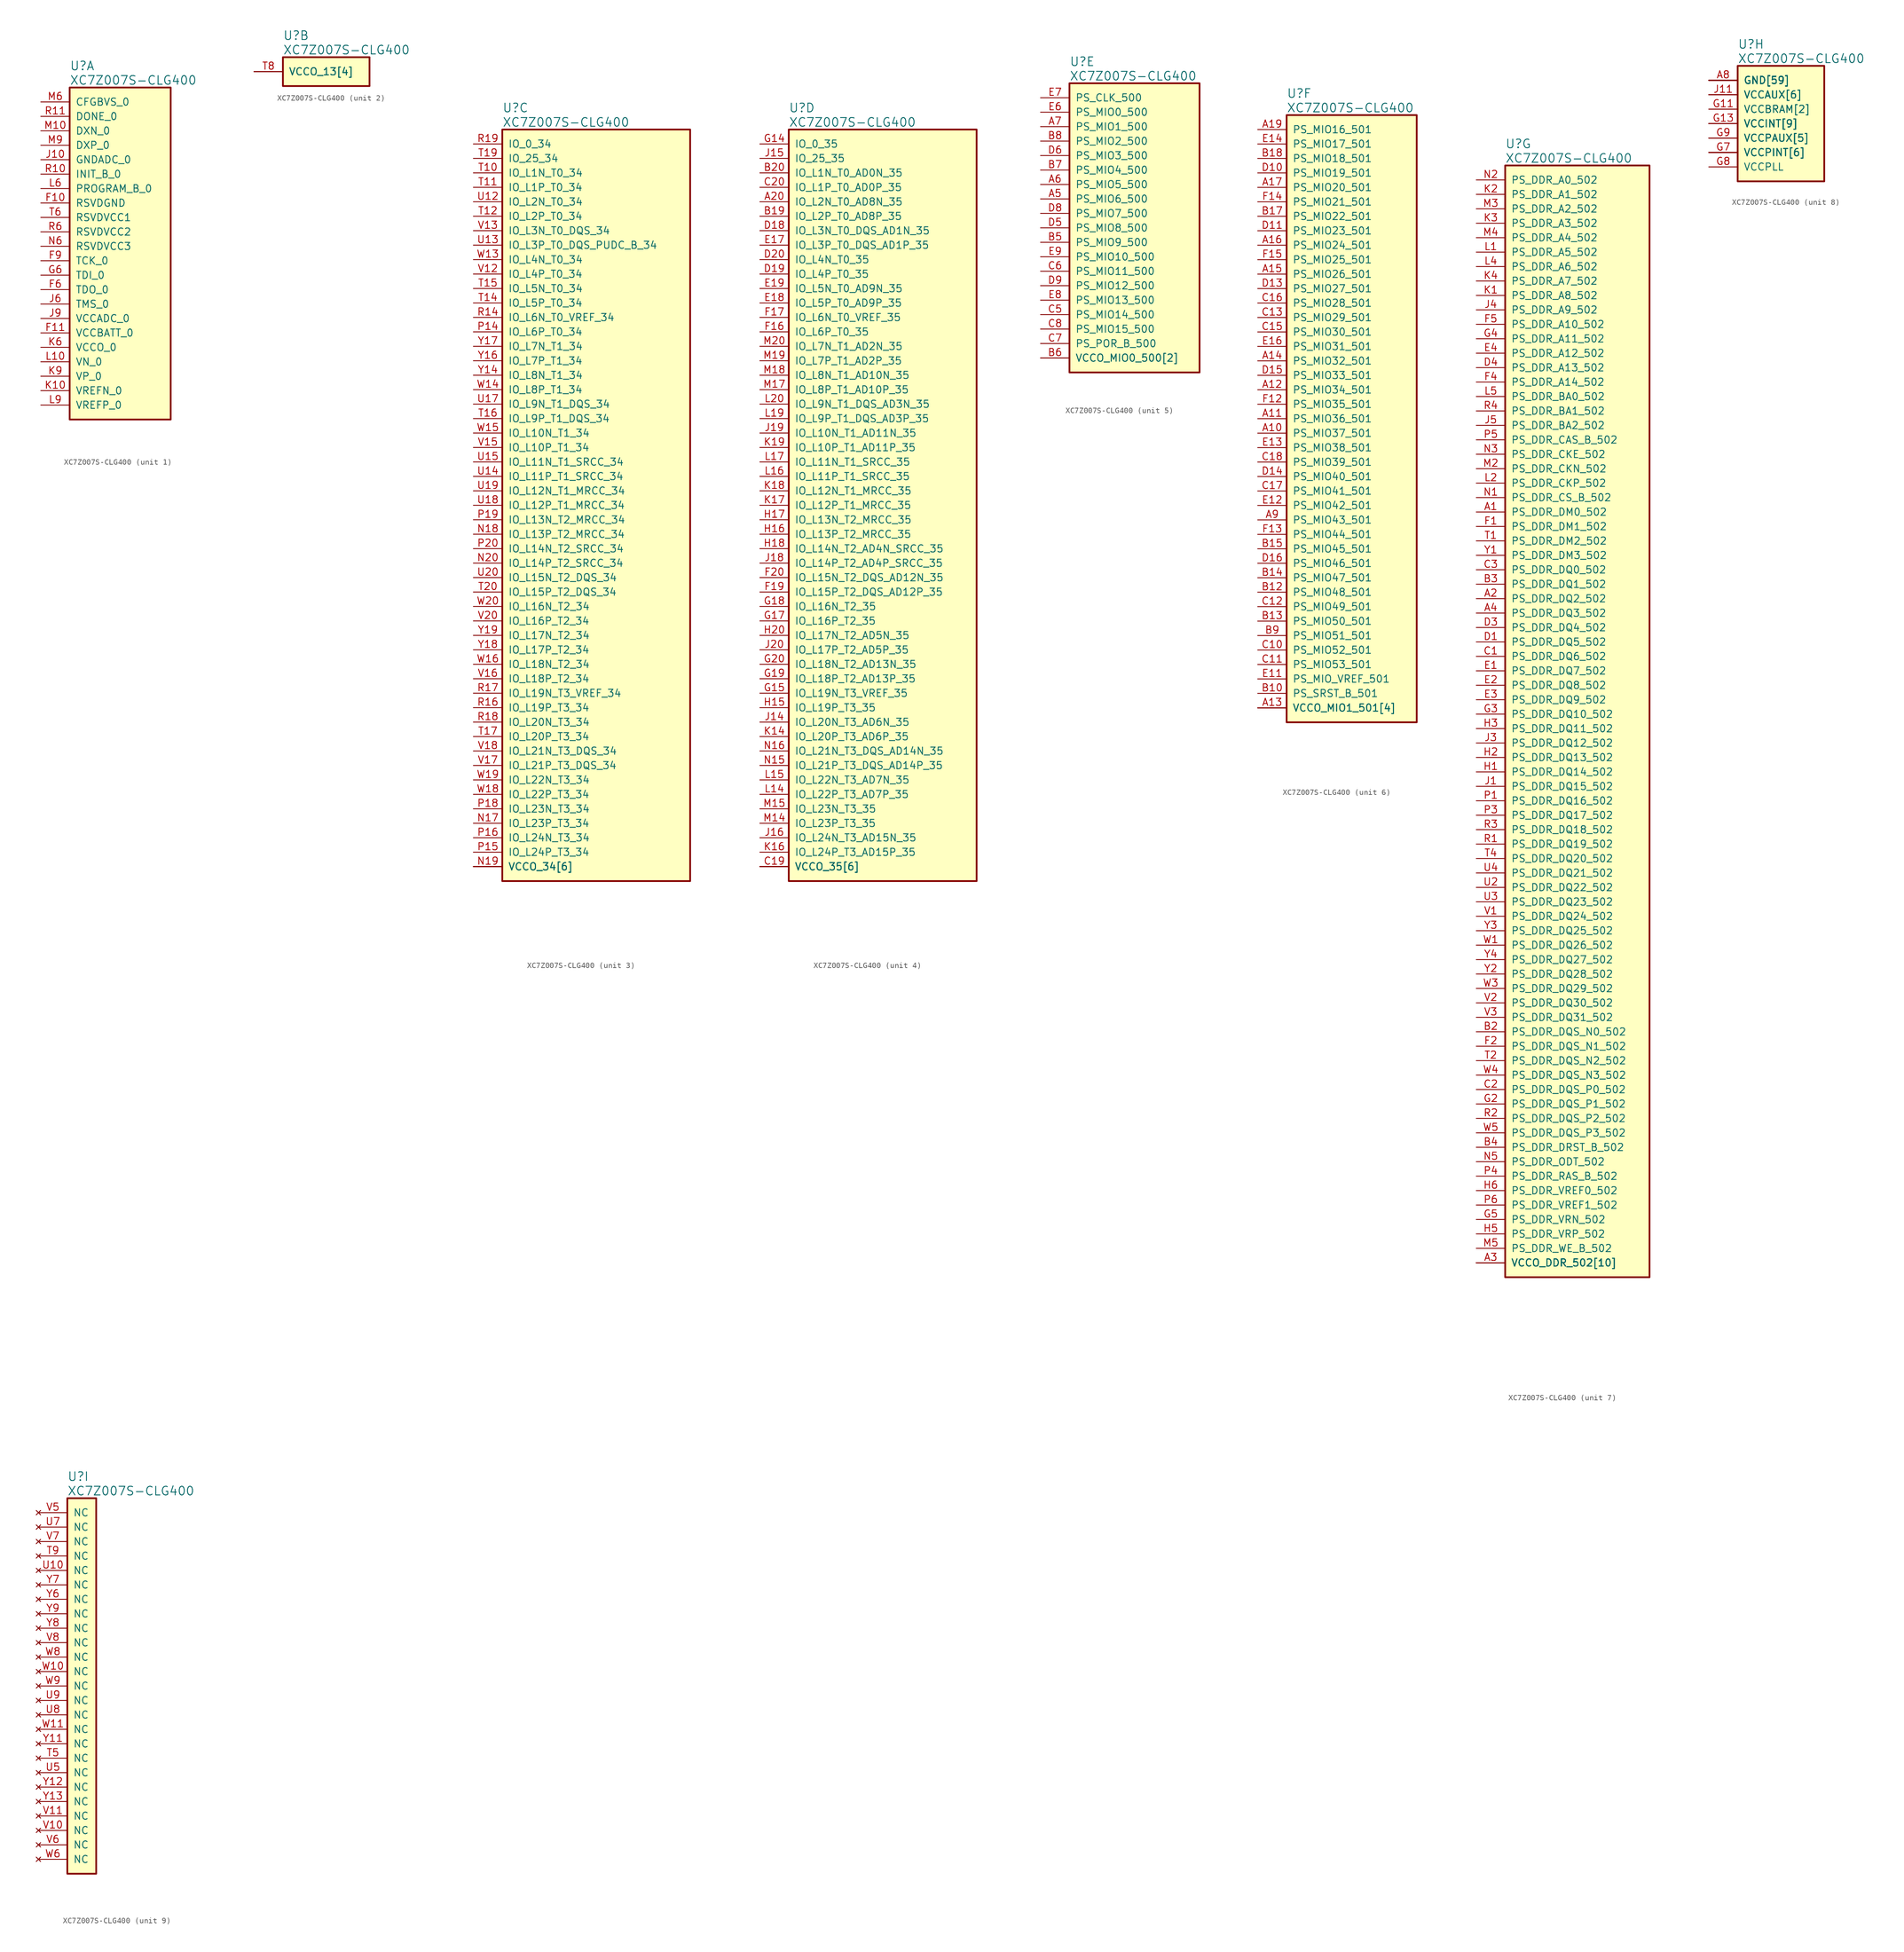
<source format=kicad_sym>
(kicad_symbol_lib
  (version 20220914)
  (generator kicad_symbol_editor)
  (symbol "XC7Z007S-CLG400"
    (pin_names
      (offset 1.016))
    (property "Reference" "U"
      (at 5.08 6.35 0)
      (effects (font (size 1.524 1.524)) (justify left)))
    (property "Value" "XC7Z007S-CLG400"
      (at 5.08 3.81 0)
      (effects (font (size 1.524 1.524)) (justify left)))
    (property "ki_locked" ""
      (at 0 0 0)
      (effects (font (size 1.27 1.27))))
    (symbol "XC7Z007S-CLG400_1_1"
      (rectangle (start 5.08 2.54) (end 22.86 -55.88) (stroke (width 0.305) (type default)) (fill (type background)))
      (pin power_in line (at 0 -17.78 0) (length 5.08) (name "RSVDGND" (effects (font (size 1.27 1.27)))) (number "F10" (effects (font (size 1.27 1.27)))))
      (pin power_in line (at 0 -40.64 0) (length 5.08) (name "VCCBATT_0" (effects (font (size 1.27 1.27)))) (number "F11" (effects (font (size 1.27 1.27)))))
      (pin output line (at 0 -33.02 0) (length 5.08) (name "TDO_0" (effects (font (size 1.27 1.27)))) (number "F6" (effects (font (size 1.27 1.27)))))
      (pin input line (at 0 -27.94 0) (length 5.08) (name "TCK_0" (effects (font (size 1.27 1.27)))) (number "F9" (effects (font (size 1.27 1.27)))))
      (pin input line (at 0 -30.48 0) (length 5.08) (name "TDI_0" (effects (font (size 1.27 1.27)))) (number "G6" (effects (font (size 1.27 1.27)))))
      (pin power_in line (at 0 -10.16 0) (length 5.08) (name "GNDADC_0" (effects (font (size 1.27 1.27)))) (number "J10" (effects (font (size 1.27 1.27)))))
      (pin input line (at 0 -35.56 0) (length 5.08) (name "TMS_0" (effects (font (size 1.27 1.27)))) (number "J6" (effects (font (size 1.27 1.27)))))
      (pin power_in line (at 0 -38.1 0) (length 5.08) (name "VCCADC_0" (effects (font (size 1.27 1.27)))) (number "J9" (effects (font (size 1.27 1.27)))))
      (pin input line (at 0 -50.8 0) (length 5.08) (name "VREFN_0" (effects (font (size 1.27 1.27)))) (number "K10" (effects (font (size 1.27 1.27)))))
      (pin power_in line (at 0 -43.18 0) (length 5.08) (name "VCCO_0" (effects (font (size 1.27 1.27)))) (number "K6" (effects (font (size 1.27 1.27)))))
      (pin input line (at 0 -48.26 0) (length 5.08) (name "VP_0" (effects (font (size 1.27 1.27)))) (number "K9" (effects (font (size 1.27 1.27)))))
      (pin input line (at 0 -45.72 0) (length 5.08) (name "VN_0" (effects (font (size 1.27 1.27)))) (number "L10" (effects (font (size 1.27 1.27)))))
      (pin input line (at 0 -15.24 0) (length 5.08) (name "PROGRAM_B_0" (effects (font (size 1.27 1.27)))) (number "L6" (effects (font (size 1.27 1.27)))))
      (pin input line (at 0 -53.34 0) (length 5.08) (name "VREFP_0" (effects (font (size 1.27 1.27)))) (number "L9" (effects (font (size 1.27 1.27)))))
      (pin passive line (at 0 -5.08 0) (length 5.08) (name "DXN_0" (effects (font (size 1.27 1.27)))) (number "M10" (effects (font (size 1.27 1.27)))))
      (pin input line (at 0 0 0) (length 5.08) (name "CFGBVS_0" (effects (font (size 1.27 1.27)))) (number "M6" (effects (font (size 1.27 1.27)))))
      (pin passive line (at 0 -7.62 0) (length 5.08) (name "DXP_0" (effects (font (size 1.27 1.27)))) (number "M9" (effects (font (size 1.27 1.27)))))
      (pin power_in line (at 0 -25.4 0) (length 5.08) (name "RSVDVCC3" (effects (font (size 1.27 1.27)))) (number "N6" (effects (font (size 1.27 1.27)))))
      (pin input line (at 0 -12.7 0) (length 5.08) (name "INIT_B_0" (effects (font (size 1.27 1.27)))) (number "R10" (effects (font (size 1.27 1.27)))))
      (pin output line (at 0 -2.54 0) (length 5.08) (name "DONE_0" (effects (font (size 1.27 1.27)))) (number "R11" (effects (font (size 1.27 1.27)))))
      (pin power_in line (at 0 -22.86 0) (length 5.08) (name "RSVDVCC2" (effects (font (size 1.27 1.27)))) (number "R6" (effects (font (size 1.27 1.27)))))
      (pin power_in line (at 0 -20.32 0) (length 5.08) (name "RSVDVCC1" (effects (font (size 1.27 1.27)))) (number "T6" (effects (font (size 1.27 1.27))))))
    (symbol "XC7Z007S-CLG400_2_1"
      (rectangle (start 5.08 2.54) (end 20.32 -2.54) (stroke (width 0.305) (type default)) (fill (type background)))
      (pin power_in line (at 0 0 0) (length 5.08) (name "VCCO_13[4]" (effects (font (size 1.27 1.27)))) (number "T8" (effects (font (size 1.27 1.27)))))
      (pin power_in line (at 0 0 0) (length 5.08) (name "VCCO_13[4]" (effects (font (size 1.27 1.27)))) (number "U11" (effects (font (size 0 0)))))
      (pin power_in line (at 0 0 0) (length 5.08) (name "VCCO_13[4]" (effects (font (size 1.27 1.27)))) (number "W7" (effects (font (size 0 0)))))
      (pin power_in line (at 0 0 0) (length 5.08) (name "VCCO_13[4]" (effects (font (size 1.27 1.27)))) (number "Y10" (effects (font (size 0 0))))))
    (symbol "XC7Z007S-CLG400_3_1"
      (rectangle (start 5.08 2.54) (end 38.1 -129.54) (stroke (width 0.305) (type default)) (fill (type background)))
      (pin bidirectional line (at 0 -119.38 0) (length 5.08) (name "IO_L23P_T3_34" (effects (font (size 1.27 1.27)))) (number "N17" (effects (font (size 1.27 1.27)))))
      (pin bidirectional line (at 0 -68.58 0) (length 5.08) (name "IO_L13P_T2_MRCC_34" (effects (font (size 1.27 1.27)))) (number "N18" (effects (font (size 1.27 1.27)))))
      (pin power_in line (at 0 -127 0) (length 5.08) (name "VCCO_34[6]" (effects (font (size 1.27 1.27)))) (number "N19" (effects (font (size 1.27 1.27)))))
      (pin bidirectional line (at 0 -73.66 0) (length 5.08) (name "IO_L14P_T2_SRCC_34" (effects (font (size 1.27 1.27)))) (number "N20" (effects (font (size 1.27 1.27)))))
      (pin bidirectional line (at 0 -33.02 0) (length 5.08) (name "IO_L6P_T0_34" (effects (font (size 1.27 1.27)))) (number "P14" (effects (font (size 1.27 1.27)))))
      (pin bidirectional line (at 0 -124.46 0) (length 5.08) (name "IO_L24P_T3_34" (effects (font (size 1.27 1.27)))) (number "P15" (effects (font (size 1.27 1.27)))))
      (pin bidirectional line (at 0 -121.92 0) (length 5.08) (name "IO_L24N_T3_34" (effects (font (size 1.27 1.27)))) (number "P16" (effects (font (size 1.27 1.27)))))
      (pin bidirectional line (at 0 -116.84 0) (length 5.08) (name "IO_L23N_T3_34" (effects (font (size 1.27 1.27)))) (number "P18" (effects (font (size 1.27 1.27)))))
      (pin bidirectional line (at 0 -66.04 0) (length 5.08) (name "IO_L13N_T2_MRCC_34" (effects (font (size 1.27 1.27)))) (number "P19" (effects (font (size 1.27 1.27)))))
      (pin bidirectional line (at 0 -71.12 0) (length 5.08) (name "IO_L14N_T2_SRCC_34" (effects (font (size 1.27 1.27)))) (number "P20" (effects (font (size 1.27 1.27)))))
      (pin bidirectional line (at 0 -30.48 0) (length 5.08) (name "IO_L6N_T0_VREF_34" (effects (font (size 1.27 1.27)))) (number "R14" (effects (font (size 1.27 1.27)))))
      (pin power_in line (at 0 -127 0) (length 5.08) (name "VCCO_34[6]" (effects (font (size 1.27 1.27)))) (number "R15" (effects (font (size 0 0)))))
      (pin bidirectional line (at 0 -99.06 0) (length 5.08) (name "IO_L19P_T3_34" (effects (font (size 1.27 1.27)))) (number "R16" (effects (font (size 1.27 1.27)))))
      (pin bidirectional line (at 0 -96.52 0) (length 5.08) (name "IO_L19N_T3_VREF_34" (effects (font (size 1.27 1.27)))) (number "R17" (effects (font (size 1.27 1.27)))))
      (pin bidirectional line (at 0 -101.6 0) (length 5.08) (name "IO_L20N_T3_34" (effects (font (size 1.27 1.27)))) (number "R18" (effects (font (size 1.27 1.27)))))
      (pin bidirectional line (at 0 0 0) (length 5.08) (name "IO_0_34" (effects (font (size 1.27 1.27)))) (number "R19" (effects (font (size 1.27 1.27)))))
      (pin bidirectional line (at 0 -5.08 0) (length 5.08) (name "IO_L1N_T0_34" (effects (font (size 1.27 1.27)))) (number "T10" (effects (font (size 1.27 1.27)))))
      (pin bidirectional line (at 0 -7.62 0) (length 5.08) (name "IO_L1P_T0_34" (effects (font (size 1.27 1.27)))) (number "T11" (effects (font (size 1.27 1.27)))))
      (pin bidirectional line (at 0 -12.7 0) (length 5.08) (name "IO_L2P_T0_34" (effects (font (size 1.27 1.27)))) (number "T12" (effects (font (size 1.27 1.27)))))
      (pin bidirectional line (at 0 -27.94 0) (length 5.08) (name "IO_L5P_T0_34" (effects (font (size 1.27 1.27)))) (number "T14" (effects (font (size 1.27 1.27)))))
      (pin bidirectional line (at 0 -25.4 0) (length 5.08) (name "IO_L5N_T0_34" (effects (font (size 1.27 1.27)))) (number "T15" (effects (font (size 1.27 1.27)))))
      (pin bidirectional line (at 0 -48.26 0) (length 5.08) (name "IO_L9P_T1_DQS_34" (effects (font (size 1.27 1.27)))) (number "T16" (effects (font (size 1.27 1.27)))))
      (pin bidirectional line (at 0 -104.14 0) (length 5.08) (name "IO_L20P_T3_34" (effects (font (size 1.27 1.27)))) (number "T17" (effects (font (size 1.27 1.27)))))
      (pin power_in line (at 0 -127 0) (length 5.08) (name "VCCO_34[6]" (effects (font (size 1.27 1.27)))) (number "T18" (effects (font (size 0 0)))))
      (pin bidirectional line (at 0 -2.54 0) (length 5.08) (name "IO_25_34" (effects (font (size 1.27 1.27)))) (number "T19" (effects (font (size 1.27 1.27)))))
      (pin bidirectional line (at 0 -78.74 0) (length 5.08) (name "IO_L15P_T2_DQS_34" (effects (font (size 1.27 1.27)))) (number "T20" (effects (font (size 1.27 1.27)))))
      (pin bidirectional line (at 0 -10.16 0) (length 5.08) (name "IO_L2N_T0_34" (effects (font (size 1.27 1.27)))) (number "U12" (effects (font (size 1.27 1.27)))))
      (pin bidirectional line (at 0 -17.78 0) (length 5.08) (name "IO_L3P_T0_DQS_PUDC_B_34" (effects (font (size 1.27 1.27)))) (number "U13" (effects (font (size 1.27 1.27)))))
      (pin bidirectional line (at 0 -58.42 0) (length 5.08) (name "IO_L11P_T1_SRCC_34" (effects (font (size 1.27 1.27)))) (number "U14" (effects (font (size 1.27 1.27)))))
      (pin bidirectional line (at 0 -55.88 0) (length 5.08) (name "IO_L11N_T1_SRCC_34" (effects (font (size 1.27 1.27)))) (number "U15" (effects (font (size 1.27 1.27)))))
      (pin bidirectional line (at 0 -45.72 0) (length 5.08) (name "IO_L9N_T1_DQS_34" (effects (font (size 1.27 1.27)))) (number "U17" (effects (font (size 1.27 1.27)))))
      (pin bidirectional line (at 0 -63.5 0) (length 5.08) (name "IO_L12P_T1_MRCC_34" (effects (font (size 1.27 1.27)))) (number "U18" (effects (font (size 1.27 1.27)))))
      (pin bidirectional line (at 0 -60.96 0) (length 5.08) (name "IO_L12N_T1_MRCC_34" (effects (font (size 1.27 1.27)))) (number "U19" (effects (font (size 1.27 1.27)))))
      (pin bidirectional line (at 0 -76.2 0) (length 5.08) (name "IO_L15N_T2_DQS_34" (effects (font (size 1.27 1.27)))) (number "U20" (effects (font (size 1.27 1.27)))))
      (pin bidirectional line (at 0 -22.86 0) (length 5.08) (name "IO_L4P_T0_34" (effects (font (size 1.27 1.27)))) (number "V12" (effects (font (size 1.27 1.27)))))
      (pin bidirectional line (at 0 -15.24 0) (length 5.08) (name "IO_L3N_T0_DQS_34" (effects (font (size 1.27 1.27)))) (number "V13" (effects (font (size 1.27 1.27)))))
      (pin power_in line (at 0 -127 0) (length 5.08) (name "VCCO_34[6]" (effects (font (size 1.27 1.27)))) (number "V14" (effects (font (size 0 0)))))
      (pin bidirectional line (at 0 -53.34 0) (length 5.08) (name "IO_L10P_T1_34" (effects (font (size 1.27 1.27)))) (number "V15" (effects (font (size 1.27 1.27)))))
      (pin bidirectional line (at 0 -93.98 0) (length 5.08) (name "IO_L18P_T2_34" (effects (font (size 1.27 1.27)))) (number "V16" (effects (font (size 1.27 1.27)))))
      (pin bidirectional line (at 0 -109.22 0) (length 5.08) (name "IO_L21P_T3_DQS_34" (effects (font (size 1.27 1.27)))) (number "V17" (effects (font (size 1.27 1.27)))))
      (pin bidirectional line (at 0 -106.68 0) (length 5.08) (name "IO_L21N_T3_DQS_34" (effects (font (size 1.27 1.27)))) (number "V18" (effects (font (size 1.27 1.27)))))
      (pin bidirectional line (at 0 -83.82 0) (length 5.08) (name "IO_L16P_T2_34" (effects (font (size 1.27 1.27)))) (number "V20" (effects (font (size 1.27 1.27)))))
      (pin bidirectional line (at 0 -20.32 0) (length 5.08) (name "IO_L4N_T0_34" (effects (font (size 1.27 1.27)))) (number "W13" (effects (font (size 1.27 1.27)))))
      (pin bidirectional line (at 0 -43.18 0) (length 5.08) (name "IO_L8P_T1_34" (effects (font (size 1.27 1.27)))) (number "W14" (effects (font (size 1.27 1.27)))))
      (pin bidirectional line (at 0 -50.8 0) (length 5.08) (name "IO_L10N_T1_34" (effects (font (size 1.27 1.27)))) (number "W15" (effects (font (size 1.27 1.27)))))
      (pin bidirectional line (at 0 -91.44 0) (length 5.08) (name "IO_L18N_T2_34" (effects (font (size 1.27 1.27)))) (number "W16" (effects (font (size 1.27 1.27)))))
      (pin power_in line (at 0 -127 0) (length 5.08) (name "VCCO_34[6]" (effects (font (size 1.27 1.27)))) (number "W17" (effects (font (size 0 0)))))
      (pin bidirectional line (at 0 -114.3 0) (length 5.08) (name "IO_L22P_T3_34" (effects (font (size 1.27 1.27)))) (number "W18" (effects (font (size 1.27 1.27)))))
      (pin bidirectional line (at 0 -111.76 0) (length 5.08) (name "IO_L22N_T3_34" (effects (font (size 1.27 1.27)))) (number "W19" (effects (font (size 1.27 1.27)))))
      (pin bidirectional line (at 0 -81.28 0) (length 5.08) (name "IO_L16N_T2_34" (effects (font (size 1.27 1.27)))) (number "W20" (effects (font (size 1.27 1.27)))))
      (pin bidirectional line (at 0 -40.64 0) (length 5.08) (name "IO_L8N_T1_34" (effects (font (size 1.27 1.27)))) (number "Y14" (effects (font (size 1.27 1.27)))))
      (pin bidirectional line (at 0 -38.1 0) (length 5.08) (name "IO_L7P_T1_34" (effects (font (size 1.27 1.27)))) (number "Y16" (effects (font (size 1.27 1.27)))))
      (pin bidirectional line (at 0 -35.56 0) (length 5.08) (name "IO_L7N_T1_34" (effects (font (size 1.27 1.27)))) (number "Y17" (effects (font (size 1.27 1.27)))))
      (pin bidirectional line (at 0 -88.9 0) (length 5.08) (name "IO_L17P_T2_34" (effects (font (size 1.27 1.27)))) (number "Y18" (effects (font (size 1.27 1.27)))))
      (pin bidirectional line (at 0 -86.36 0) (length 5.08) (name "IO_L17N_T2_34" (effects (font (size 1.27 1.27)))) (number "Y19" (effects (font (size 1.27 1.27)))))
      (pin power_in line (at 0 -127 0) (length 5.08) (name "VCCO_34[6]" (effects (font (size 1.27 1.27)))) (number "Y20" (effects (font (size 0 0))))))
    (symbol "XC7Z007S-CLG400_4_1"
      (rectangle (start 5.08 2.54) (end 38.1 -129.54) (stroke (width 0.305) (type default)) (fill (type background)))
      (pin bidirectional line (at 0 -10.16 0) (length 5.08) (name "IO_L2N_T0_AD8N_35" (effects (font (size 1.27 1.27)))) (number "A20" (effects (font (size 1.27 1.27)))))
      (pin bidirectional line (at 0 -12.7 0) (length 5.08) (name "IO_L2P_T0_AD8P_35" (effects (font (size 1.27 1.27)))) (number "B19" (effects (font (size 1.27 1.27)))))
      (pin bidirectional line (at 0 -5.08 0) (length 5.08) (name "IO_L1N_T0_AD0N_35" (effects (font (size 1.27 1.27)))) (number "B20" (effects (font (size 1.27 1.27)))))
      (pin power_in line (at 0 -127 0) (length 5.08) (name "VCCO_35[6]" (effects (font (size 1.27 1.27)))) (number "C19" (effects (font (size 1.27 1.27)))))
      (pin bidirectional line (at 0 -7.62 0) (length 5.08) (name "IO_L1P_T0_AD0P_35" (effects (font (size 1.27 1.27)))) (number "C20" (effects (font (size 1.27 1.27)))))
      (pin bidirectional line (at 0 -15.24 0) (length 5.08) (name "IO_L3N_T0_DQS_AD1N_35" (effects (font (size 1.27 1.27)))) (number "D18" (effects (font (size 1.27 1.27)))))
      (pin bidirectional line (at 0 -22.86 0) (length 5.08) (name "IO_L4P_T0_35" (effects (font (size 1.27 1.27)))) (number "D19" (effects (font (size 1.27 1.27)))))
      (pin bidirectional line (at 0 -20.32 0) (length 5.08) (name "IO_L4N_T0_35" (effects (font (size 1.27 1.27)))) (number "D20" (effects (font (size 1.27 1.27)))))
      (pin bidirectional line (at 0 -17.78 0) (length 5.08) (name "IO_L3P_T0_DQS_AD1P_35" (effects (font (size 1.27 1.27)))) (number "E17" (effects (font (size 1.27 1.27)))))
      (pin bidirectional line (at 0 -27.94 0) (length 5.08) (name "IO_L5P_T0_AD9P_35" (effects (font (size 1.27 1.27)))) (number "E18" (effects (font (size 1.27 1.27)))))
      (pin bidirectional line (at 0 -25.4 0) (length 5.08) (name "IO_L5N_T0_AD9N_35" (effects (font (size 1.27 1.27)))) (number "E19" (effects (font (size 1.27 1.27)))))
      (pin bidirectional line (at 0 -33.02 0) (length 5.08) (name "IO_L6P_T0_35" (effects (font (size 1.27 1.27)))) (number "F16" (effects (font (size 1.27 1.27)))))
      (pin bidirectional line (at 0 -30.48 0) (length 5.08) (name "IO_L6N_T0_VREF_35" (effects (font (size 1.27 1.27)))) (number "F17" (effects (font (size 1.27 1.27)))))
      (pin power_in line (at 0 -127 0) (length 5.08) (name "VCCO_35[6]" (effects (font (size 1.27 1.27)))) (number "F18" (effects (font (size 0 0)))))
      (pin bidirectional line (at 0 -78.74 0) (length 5.08) (name "IO_L15P_T2_DQS_AD12P_35" (effects (font (size 1.27 1.27)))) (number "F19" (effects (font (size 1.27 1.27)))))
      (pin bidirectional line (at 0 -76.2 0) (length 5.08) (name "IO_L15N_T2_DQS_AD12N_35" (effects (font (size 1.27 1.27)))) (number "F20" (effects (font (size 1.27 1.27)))))
      (pin bidirectional line (at 0 0 0) (length 5.08) (name "IO_0_35" (effects (font (size 1.27 1.27)))) (number "G14" (effects (font (size 1.27 1.27)))))
      (pin bidirectional line (at 0 -96.52 0) (length 5.08) (name "IO_L19N_T3_VREF_35" (effects (font (size 1.27 1.27)))) (number "G15" (effects (font (size 1.27 1.27)))))
      (pin bidirectional line (at 0 -83.82 0) (length 5.08) (name "IO_L16P_T2_35" (effects (font (size 1.27 1.27)))) (number "G17" (effects (font (size 1.27 1.27)))))
      (pin bidirectional line (at 0 -81.28 0) (length 5.08) (name "IO_L16N_T2_35" (effects (font (size 1.27 1.27)))) (number "G18" (effects (font (size 1.27 1.27)))))
      (pin bidirectional line (at 0 -93.98 0) (length 5.08) (name "IO_L18P_T2_AD13P_35" (effects (font (size 1.27 1.27)))) (number "G19" (effects (font (size 1.27 1.27)))))
      (pin bidirectional line (at 0 -91.44 0) (length 5.08) (name "IO_L18N_T2_AD13N_35" (effects (font (size 1.27 1.27)))) (number "G20" (effects (font (size 1.27 1.27)))))
      (pin power_in line (at 0 -127 0) (length 5.08) (name "VCCO_35[6]" (effects (font (size 1.27 1.27)))) (number "H14" (effects (font (size 0 0)))))
      (pin bidirectional line (at 0 -99.06 0) (length 5.08) (name "IO_L19P_T3_35" (effects (font (size 1.27 1.27)))) (number "H15" (effects (font (size 1.27 1.27)))))
      (pin bidirectional line (at 0 -68.58 0) (length 5.08) (name "IO_L13P_T2_MRCC_35" (effects (font (size 1.27 1.27)))) (number "H16" (effects (font (size 1.27 1.27)))))
      (pin bidirectional line (at 0 -66.04 0) (length 5.08) (name "IO_L13N_T2_MRCC_35" (effects (font (size 1.27 1.27)))) (number "H17" (effects (font (size 1.27 1.27)))))
      (pin bidirectional line (at 0 -71.12 0) (length 5.08) (name "IO_L14N_T2_AD4N_SRCC_35" (effects (font (size 1.27 1.27)))) (number "H18" (effects (font (size 1.27 1.27)))))
      (pin bidirectional line (at 0 -86.36 0) (length 5.08) (name "IO_L17N_T2_AD5N_35" (effects (font (size 1.27 1.27)))) (number "H20" (effects (font (size 1.27 1.27)))))
      (pin bidirectional line (at 0 -101.6 0) (length 5.08) (name "IO_L20N_T3_AD6N_35" (effects (font (size 1.27 1.27)))) (number "J14" (effects (font (size 1.27 1.27)))))
      (pin bidirectional line (at 0 -2.54 0) (length 5.08) (name "IO_25_35" (effects (font (size 1.27 1.27)))) (number "J15" (effects (font (size 1.27 1.27)))))
      (pin bidirectional line (at 0 -121.92 0) (length 5.08) (name "IO_L24N_T3_AD15N_35" (effects (font (size 1.27 1.27)))) (number "J16" (effects (font (size 1.27 1.27)))))
      (pin power_in line (at 0 -127 0) (length 5.08) (name "VCCO_35[6]" (effects (font (size 1.27 1.27)))) (number "J17" (effects (font (size 0 0)))))
      (pin bidirectional line (at 0 -73.66 0) (length 5.08) (name "IO_L14P_T2_AD4P_SRCC_35" (effects (font (size 1.27 1.27)))) (number "J18" (effects (font (size 1.27 1.27)))))
      (pin bidirectional line (at 0 -50.8 0) (length 5.08) (name "IO_L10N_T1_AD11N_35" (effects (font (size 1.27 1.27)))) (number "J19" (effects (font (size 1.27 1.27)))))
      (pin bidirectional line (at 0 -88.9 0) (length 5.08) (name "IO_L17P_T2_AD5P_35" (effects (font (size 1.27 1.27)))) (number "J20" (effects (font (size 1.27 1.27)))))
      (pin bidirectional line (at 0 -104.14 0) (length 5.08) (name "IO_L20P_T3_AD6P_35" (effects (font (size 1.27 1.27)))) (number "K14" (effects (font (size 1.27 1.27)))))
      (pin bidirectional line (at 0 -124.46 0) (length 5.08) (name "IO_L24P_T3_AD15P_35" (effects (font (size 1.27 1.27)))) (number "K16" (effects (font (size 1.27 1.27)))))
      (pin bidirectional line (at 0 -63.5 0) (length 5.08) (name "IO_L12P_T1_MRCC_35" (effects (font (size 1.27 1.27)))) (number "K17" (effects (font (size 1.27 1.27)))))
      (pin bidirectional line (at 0 -60.96 0) (length 5.08) (name "IO_L12N_T1_MRCC_35" (effects (font (size 1.27 1.27)))) (number "K18" (effects (font (size 1.27 1.27)))))
      (pin bidirectional line (at 0 -53.34 0) (length 5.08) (name "IO_L10P_T1_AD11P_35" (effects (font (size 1.27 1.27)))) (number "K19" (effects (font (size 1.27 1.27)))))
      (pin power_in line (at 0 -127 0) (length 5.08) (name "VCCO_35[6]" (effects (font (size 1.27 1.27)))) (number "K20" (effects (font (size 0 0)))))
      (pin bidirectional line (at 0 -114.3 0) (length 5.08) (name "IO_L22P_T3_AD7P_35" (effects (font (size 1.27 1.27)))) (number "L14" (effects (font (size 1.27 1.27)))))
      (pin bidirectional line (at 0 -111.76 0) (length 5.08) (name "IO_L22N_T3_AD7N_35" (effects (font (size 1.27 1.27)))) (number "L15" (effects (font (size 1.27 1.27)))))
      (pin bidirectional line (at 0 -58.42 0) (length 5.08) (name "IO_L11P_T1_SRCC_35" (effects (font (size 1.27 1.27)))) (number "L16" (effects (font (size 1.27 1.27)))))
      (pin bidirectional line (at 0 -55.88 0) (length 5.08) (name "IO_L11N_T1_SRCC_35" (effects (font (size 1.27 1.27)))) (number "L17" (effects (font (size 1.27 1.27)))))
      (pin bidirectional line (at 0 -48.26 0) (length 5.08) (name "IO_L9P_T1_DQS_AD3P_35" (effects (font (size 1.27 1.27)))) (number "L19" (effects (font (size 1.27 1.27)))))
      (pin bidirectional line (at 0 -45.72 0) (length 5.08) (name "IO_L9N_T1_DQS_AD3N_35" (effects (font (size 1.27 1.27)))) (number "L20" (effects (font (size 1.27 1.27)))))
      (pin bidirectional line (at 0 -119.38 0) (length 5.08) (name "IO_L23P_T3_35" (effects (font (size 1.27 1.27)))) (number "M14" (effects (font (size 1.27 1.27)))))
      (pin bidirectional line (at 0 -116.84 0) (length 5.08) (name "IO_L23N_T3_35" (effects (font (size 1.27 1.27)))) (number "M15" (effects (font (size 1.27 1.27)))))
      (pin power_in line (at 0 -127 0) (length 5.08) (name "VCCO_35[6]" (effects (font (size 1.27 1.27)))) (number "M16" (effects (font (size 0 0)))))
      (pin bidirectional line (at 0 -43.18 0) (length 5.08) (name "IO_L8P_T1_AD10P_35" (effects (font (size 1.27 1.27)))) (number "M17" (effects (font (size 1.27 1.27)))))
      (pin bidirectional line (at 0 -40.64 0) (length 5.08) (name "IO_L8N_T1_AD10N_35" (effects (font (size 1.27 1.27)))) (number "M18" (effects (font (size 1.27 1.27)))))
      (pin bidirectional line (at 0 -38.1 0) (length 5.08) (name "IO_L7P_T1_AD2P_35" (effects (font (size 1.27 1.27)))) (number "M19" (effects (font (size 1.27 1.27)))))
      (pin bidirectional line (at 0 -35.56 0) (length 5.08) (name "IO_L7N_T1_AD2N_35" (effects (font (size 1.27 1.27)))) (number "M20" (effects (font (size 1.27 1.27)))))
      (pin bidirectional line (at 0 -109.22 0) (length 5.08) (name "IO_L21P_T3_DQS_AD14P_35" (effects (font (size 1.27 1.27)))) (number "N15" (effects (font (size 1.27 1.27)))))
      (pin bidirectional line (at 0 -106.68 0) (length 5.08) (name "IO_L21N_T3_DQS_AD14N_35" (effects (font (size 1.27 1.27)))) (number "N16" (effects (font (size 1.27 1.27))))))
    (symbol "XC7Z007S-CLG400_5_1"
      (rectangle (start 5.08 2.54) (end 27.94 -48.26) (stroke (width 0.305) (type default)) (fill (type background)))
      (pin bidirectional line (at 0 -17.78 0) (length 5.08) (name "PS_MIO6_500" (effects (font (size 1.27 1.27)))) (number "A5" (effects (font (size 1.27 1.27)))))
      (pin bidirectional line (at 0 -15.24 0) (length 5.08) (name "PS_MIO5_500" (effects (font (size 1.27 1.27)))) (number "A6" (effects (font (size 1.27 1.27)))))
      (pin bidirectional line (at 0 -5.08 0) (length 5.08) (name "PS_MIO1_500" (effects (font (size 1.27 1.27)))) (number "A7" (effects (font (size 1.27 1.27)))))
      (pin bidirectional line (at 0 -25.4 0) (length 5.08) (name "PS_MIO9_500" (effects (font (size 1.27 1.27)))) (number "B5" (effects (font (size 1.27 1.27)))))
      (pin power_in line (at 0 -45.72 0) (length 5.08) (name "VCCO_MIO0_500[2]" (effects (font (size 1.27 1.27)))) (number "B6" (effects (font (size 1.27 1.27)))))
      (pin bidirectional line (at 0 -12.7 0) (length 5.08) (name "PS_MIO4_500" (effects (font (size 1.27 1.27)))) (number "B7" (effects (font (size 1.27 1.27)))))
      (pin bidirectional line (at 0 -7.62 0) (length 5.08) (name "PS_MIO2_500" (effects (font (size 1.27 1.27)))) (number "B8" (effects (font (size 1.27 1.27)))))
      (pin bidirectional line (at 0 -38.1 0) (length 5.08) (name "PS_MIO14_500" (effects (font (size 1.27 1.27)))) (number "C5" (effects (font (size 1.27 1.27)))))
      (pin bidirectional line (at 0 -30.48 0) (length 5.08) (name "PS_MIO11_500" (effects (font (size 1.27 1.27)))) (number "C6" (effects (font (size 1.27 1.27)))))
      (pin input line (at 0 -43.18 0) (length 5.08) (name "PS_POR_B_500" (effects (font (size 1.27 1.27)))) (number "C7" (effects (font (size 1.27 1.27)))))
      (pin bidirectional line (at 0 -40.64 0) (length 5.08) (name "PS_MIO15_500" (effects (font (size 1.27 1.27)))) (number "C8" (effects (font (size 1.27 1.27)))))
      (pin bidirectional line (at 0 -22.86 0) (length 5.08) (name "PS_MIO8_500" (effects (font (size 1.27 1.27)))) (number "D5" (effects (font (size 1.27 1.27)))))
      (pin bidirectional line (at 0 -10.16 0) (length 5.08) (name "PS_MIO3_500" (effects (font (size 1.27 1.27)))) (number "D6" (effects (font (size 1.27 1.27)))))
      (pin power_in line (at 0 -45.72 0) (length 5.08) (name "VCCO_MIO0_500[2]" (effects (font (size 1.27 1.27)))) (number "D7" (effects (font (size 0 0)))))
      (pin bidirectional line (at 0 -20.32 0) (length 5.08) (name "PS_MIO7_500" (effects (font (size 1.27 1.27)))) (number "D8" (effects (font (size 1.27 1.27)))))
      (pin bidirectional line (at 0 -33.02 0) (length 5.08) (name "PS_MIO12_500" (effects (font (size 1.27 1.27)))) (number "D9" (effects (font (size 1.27 1.27)))))
      (pin bidirectional line (at 0 -2.54 0) (length 5.08) (name "PS_MIO0_500" (effects (font (size 1.27 1.27)))) (number "E6" (effects (font (size 1.27 1.27)))))
      (pin input line (at 0 0 0) (length 5.08) (name "PS_CLK_500" (effects (font (size 1.27 1.27)))) (number "E7" (effects (font (size 1.27 1.27)))))
      (pin bidirectional line (at 0 -35.56 0) (length 5.08) (name "PS_MIO13_500" (effects (font (size 1.27 1.27)))) (number "E8" (effects (font (size 1.27 1.27)))))
      (pin bidirectional line (at 0 -27.94 0) (length 5.08) (name "PS_MIO10_500" (effects (font (size 1.27 1.27)))) (number "E9" (effects (font (size 1.27 1.27))))))
    (symbol "XC7Z007S-CLG400_6_1"
      (rectangle (start 5.08 2.54) (end 27.94 -104.14) (stroke (width 0.305) (type default)) (fill (type background)))
      (pin bidirectional line (at 0 -53.34 0) (length 5.08) (name "PS_MIO37_501" (effects (font (size 1.27 1.27)))) (number "A10" (effects (font (size 1.27 1.27)))))
      (pin bidirectional line (at 0 -50.8 0) (length 5.08) (name "PS_MIO36_501" (effects (font (size 1.27 1.27)))) (number "A11" (effects (font (size 1.27 1.27)))))
      (pin bidirectional line (at 0 -45.72 0) (length 5.08) (name "PS_MIO34_501" (effects (font (size 1.27 1.27)))) (number "A12" (effects (font (size 1.27 1.27)))))
      (pin power_in line (at 0 -101.6 0) (length 5.08) (name "VCCO_MIO1_501[4]" (effects (font (size 1.27 1.27)))) (number "A13" (effects (font (size 1.27 1.27)))))
      (pin bidirectional line (at 0 -40.64 0) (length 5.08) (name "PS_MIO32_501" (effects (font (size 1.27 1.27)))) (number "A14" (effects (font (size 1.27 1.27)))))
      (pin bidirectional line (at 0 -25.4 0) (length 5.08) (name "PS_MIO26_501" (effects (font (size 1.27 1.27)))) (number "A15" (effects (font (size 1.27 1.27)))))
      (pin bidirectional line (at 0 -20.32 0) (length 5.08) (name "PS_MIO24_501" (effects (font (size 1.27 1.27)))) (number "A16" (effects (font (size 1.27 1.27)))))
      (pin bidirectional line (at 0 -10.16 0) (length 5.08) (name "PS_MIO20_501" (effects (font (size 1.27 1.27)))) (number "A17" (effects (font (size 1.27 1.27)))))
      (pin bidirectional line (at 0 0 0) (length 5.08) (name "PS_MIO16_501" (effects (font (size 1.27 1.27)))) (number "A19" (effects (font (size 1.27 1.27)))))
      (pin bidirectional line (at 0 -68.58 0) (length 5.08) (name "PS_MIO43_501" (effects (font (size 1.27 1.27)))) (number "A9" (effects (font (size 1.27 1.27)))))
      (pin input line (at 0 -99.06 0) (length 5.08) (name "PS_SRST_B_501" (effects (font (size 1.27 1.27)))) (number "B10" (effects (font (size 1.27 1.27)))))
      (pin bidirectional line (at 0 -81.28 0) (length 5.08) (name "PS_MIO48_501" (effects (font (size 1.27 1.27)))) (number "B12" (effects (font (size 1.27 1.27)))))
      (pin bidirectional line (at 0 -86.36 0) (length 5.08) (name "PS_MIO50_501" (effects (font (size 1.27 1.27)))) (number "B13" (effects (font (size 1.27 1.27)))))
      (pin bidirectional line (at 0 -78.74 0) (length 5.08) (name "PS_MIO47_501" (effects (font (size 1.27 1.27)))) (number "B14" (effects (font (size 1.27 1.27)))))
      (pin bidirectional line (at 0 -73.66 0) (length 5.08) (name "PS_MIO45_501" (effects (font (size 1.27 1.27)))) (number "B15" (effects (font (size 1.27 1.27)))))
      (pin power_in line (at 0 -101.6 0) (length 5.08) (name "VCCO_MIO1_501[4]" (effects (font (size 1.27 1.27)))) (number "B16" (effects (font (size 0 0)))))
      (pin bidirectional line (at 0 -15.24 0) (length 5.08) (name "PS_MIO22_501" (effects (font (size 1.27 1.27)))) (number "B17" (effects (font (size 1.27 1.27)))))
      (pin bidirectional line (at 0 -5.08 0) (length 5.08) (name "PS_MIO18_501" (effects (font (size 1.27 1.27)))) (number "B18" (effects (font (size 1.27 1.27)))))
      (pin bidirectional line (at 0 -88.9 0) (length 5.08) (name "PS_MIO51_501" (effects (font (size 1.27 1.27)))) (number "B9" (effects (font (size 1.27 1.27)))))
      (pin bidirectional line (at 0 -91.44 0) (length 5.08) (name "PS_MIO52_501" (effects (font (size 1.27 1.27)))) (number "C10" (effects (font (size 1.27 1.27)))))
      (pin bidirectional line (at 0 -93.98 0) (length 5.08) (name "PS_MIO53_501" (effects (font (size 1.27 1.27)))) (number "C11" (effects (font (size 1.27 1.27)))))
      (pin bidirectional line (at 0 -83.82 0) (length 5.08) (name "PS_MIO49_501" (effects (font (size 1.27 1.27)))) (number "C12" (effects (font (size 1.27 1.27)))))
      (pin bidirectional line (at 0 -33.02 0) (length 5.08) (name "PS_MIO29_501" (effects (font (size 1.27 1.27)))) (number "C13" (effects (font (size 1.27 1.27)))))
      (pin bidirectional line (at 0 -35.56 0) (length 5.08) (name "PS_MIO30_501" (effects (font (size 1.27 1.27)))) (number "C15" (effects (font (size 1.27 1.27)))))
      (pin bidirectional line (at 0 -30.48 0) (length 5.08) (name "PS_MIO28_501" (effects (font (size 1.27 1.27)))) (number "C16" (effects (font (size 1.27 1.27)))))
      (pin bidirectional line (at 0 -63.5 0) (length 5.08) (name "PS_MIO41_501" (effects (font (size 1.27 1.27)))) (number "C17" (effects (font (size 1.27 1.27)))))
      (pin bidirectional line (at 0 -58.42 0) (length 5.08) (name "PS_MIO39_501" (effects (font (size 1.27 1.27)))) (number "C18" (effects (font (size 1.27 1.27)))))
      (pin bidirectional line (at 0 -7.62 0) (length 5.08) (name "PS_MIO19_501" (effects (font (size 1.27 1.27)))) (number "D10" (effects (font (size 1.27 1.27)))))
      (pin bidirectional line (at 0 -17.78 0) (length 5.08) (name "PS_MIO23_501" (effects (font (size 1.27 1.27)))) (number "D11" (effects (font (size 1.27 1.27)))))
      (pin power_in line (at 0 -101.6 0) (length 5.08) (name "VCCO_MIO1_501[4]" (effects (font (size 1.27 1.27)))) (number "D12" (effects (font (size 0 0)))))
      (pin bidirectional line (at 0 -27.94 0) (length 5.08) (name "PS_MIO27_501" (effects (font (size 1.27 1.27)))) (number "D13" (effects (font (size 1.27 1.27)))))
      (pin bidirectional line (at 0 -60.96 0) (length 5.08) (name "PS_MIO40_501" (effects (font (size 1.27 1.27)))) (number "D14" (effects (font (size 1.27 1.27)))))
      (pin bidirectional line (at 0 -43.18 0) (length 5.08) (name "PS_MIO33_501" (effects (font (size 1.27 1.27)))) (number "D15" (effects (font (size 1.27 1.27)))))
      (pin bidirectional line (at 0 -76.2 0) (length 5.08) (name "PS_MIO46_501" (effects (font (size 1.27 1.27)))) (number "D16" (effects (font (size 1.27 1.27)))))
      (pin power_in line (at 0 -96.52 0) (length 5.08) (name "PS_MIO_VREF_501" (effects (font (size 1.27 1.27)))) (number "E11" (effects (font (size 1.27 1.27)))))
      (pin bidirectional line (at 0 -66.04 0) (length 5.08) (name "PS_MIO42_501" (effects (font (size 1.27 1.27)))) (number "E12" (effects (font (size 1.27 1.27)))))
      (pin bidirectional line (at 0 -55.88 0) (length 5.08) (name "PS_MIO38_501" (effects (font (size 1.27 1.27)))) (number "E13" (effects (font (size 1.27 1.27)))))
      (pin bidirectional line (at 0 -2.54 0) (length 5.08) (name "PS_MIO17_501" (effects (font (size 1.27 1.27)))) (number "E14" (effects (font (size 1.27 1.27)))))
      (pin power_in line (at 0 -101.6 0) (length 5.08) (name "VCCO_MIO1_501[4]" (effects (font (size 1.27 1.27)))) (number "E15" (effects (font (size 0 0)))))
      (pin bidirectional line (at 0 -38.1 0) (length 5.08) (name "PS_MIO31_501" (effects (font (size 1.27 1.27)))) (number "E16" (effects (font (size 1.27 1.27)))))
      (pin bidirectional line (at 0 -48.26 0) (length 5.08) (name "PS_MIO35_501" (effects (font (size 1.27 1.27)))) (number "F12" (effects (font (size 1.27 1.27)))))
      (pin bidirectional line (at 0 -71.12 0) (length 5.08) (name "PS_MIO44_501" (effects (font (size 1.27 1.27)))) (number "F13" (effects (font (size 1.27 1.27)))))
      (pin bidirectional line (at 0 -12.7 0) (length 5.08) (name "PS_MIO21_501" (effects (font (size 1.27 1.27)))) (number "F14" (effects (font (size 1.27 1.27)))))
      (pin bidirectional line (at 0 -22.86 0) (length 5.08) (name "PS_MIO25_501" (effects (font (size 1.27 1.27)))) (number "F15" (effects (font (size 1.27 1.27))))))
    (symbol "XC7Z007S-CLG400_7_1"
      (rectangle (start 5.08 2.54) (end 30.48 -193.04) (stroke (width 0.305) (type default)) (fill (type background)))
      (pin output line (at 0 -58.42 0) (length 5.08) (name "PS_DDR_DM0_502" (effects (font (size 1.27 1.27)))) (number "A1" (effects (font (size 1.27 1.27)))))
      (pin bidirectional line (at 0 -73.66 0) (length 5.08) (name "PS_DDR_DQ2_502" (effects (font (size 1.27 1.27)))) (number "A2" (effects (font (size 1.27 1.27)))))
      (pin power_in line (at 0 -190.5 0) (length 5.08) (name "VCCO_DDR_502[10]" (effects (font (size 1.27 1.27)))) (number "A3" (effects (font (size 1.27 1.27)))))
      (pin bidirectional line (at 0 -76.2 0) (length 5.08) (name "PS_DDR_DQ3_502" (effects (font (size 1.27 1.27)))) (number "A4" (effects (font (size 1.27 1.27)))))
      (pin bidirectional line (at 0 -149.86 0) (length 5.08) (name "PS_DDR_DQS_N0_502" (effects (font (size 1.27 1.27)))) (number "B2" (effects (font (size 1.27 1.27)))))
      (pin bidirectional line (at 0 -71.12 0) (length 5.08) (name "PS_DDR_DQ1_502" (effects (font (size 1.27 1.27)))) (number "B3" (effects (font (size 1.27 1.27)))))
      (pin output line (at 0 -170.18 0) (length 5.08) (name "PS_DDR_DRST_B_502" (effects (font (size 1.27 1.27)))) (number "B4" (effects (font (size 1.27 1.27)))))
      (pin bidirectional line (at 0 -83.82 0) (length 5.08) (name "PS_DDR_DQ6_502" (effects (font (size 1.27 1.27)))) (number "C1" (effects (font (size 1.27 1.27)))))
      (pin bidirectional line (at 0 -160.02 0) (length 5.08) (name "PS_DDR_DQS_P0_502" (effects (font (size 1.27 1.27)))) (number "C2" (effects (font (size 1.27 1.27)))))
      (pin bidirectional line (at 0 -68.58 0) (length 5.08) (name "PS_DDR_DQ0_502" (effects (font (size 1.27 1.27)))) (number "C3" (effects (font (size 1.27 1.27)))))
      (pin bidirectional line (at 0 -81.28 0) (length 5.08) (name "PS_DDR_DQ5_502" (effects (font (size 1.27 1.27)))) (number "D1" (effects (font (size 1.27 1.27)))))
      (pin power_in line (at 0 -190.5 0) (length 5.08) (name "VCCO_DDR_502[10]" (effects (font (size 1.27 1.27)))) (number "D2" (effects (font (size 0 0)))))
      (pin bidirectional line (at 0 -78.74 0) (length 5.08) (name "PS_DDR_DQ4_502" (effects (font (size 1.27 1.27)))) (number "D3" (effects (font (size 1.27 1.27)))))
      (pin output line (at 0 -33.02 0) (length 5.08) (name "PS_DDR_A13_502" (effects (font (size 1.27 1.27)))) (number "D4" (effects (font (size 1.27 1.27)))))
      (pin bidirectional line (at 0 -86.36 0) (length 5.08) (name "PS_DDR_DQ7_502" (effects (font (size 1.27 1.27)))) (number "E1" (effects (font (size 1.27 1.27)))))
      (pin bidirectional line (at 0 -88.9 0) (length 5.08) (name "PS_DDR_DQ8_502" (effects (font (size 1.27 1.27)))) (number "E2" (effects (font (size 1.27 1.27)))))
      (pin bidirectional line (at 0 -91.44 0) (length 5.08) (name "PS_DDR_DQ9_502" (effects (font (size 1.27 1.27)))) (number "E3" (effects (font (size 1.27 1.27)))))
      (pin output line (at 0 -30.48 0) (length 5.08) (name "PS_DDR_A12_502" (effects (font (size 1.27 1.27)))) (number "E4" (effects (font (size 1.27 1.27)))))
      (pin power_in line (at 0 -190.5 0) (length 5.08) (name "VCCO_DDR_502[10]" (effects (font (size 1.27 1.27)))) (number "E5" (effects (font (size 0 0)))))
      (pin output line (at 0 -60.96 0) (length 5.08) (name "PS_DDR_DM1_502" (effects (font (size 1.27 1.27)))) (number "F1" (effects (font (size 1.27 1.27)))))
      (pin bidirectional line (at 0 -152.4 0) (length 5.08) (name "PS_DDR_DQS_N1_502" (effects (font (size 1.27 1.27)))) (number "F2" (effects (font (size 1.27 1.27)))))
      (pin output line (at 0 -35.56 0) (length 5.08) (name "PS_DDR_A14_502" (effects (font (size 1.27 1.27)))) (number "F4" (effects (font (size 1.27 1.27)))))
      (pin output line (at 0 -25.4 0) (length 5.08) (name "PS_DDR_A10_502" (effects (font (size 1.27 1.27)))) (number "F5" (effects (font (size 1.27 1.27)))))
      (pin power_in line (at 0 -190.5 0) (length 5.08) (name "VCCO_DDR_502[10]" (effects (font (size 1.27 1.27)))) (number "G1" (effects (font (size 0 0)))))
      (pin bidirectional line (at 0 -162.56 0) (length 5.08) (name "PS_DDR_DQS_P1_502" (effects (font (size 1.27 1.27)))) (number "G2" (effects (font (size 1.27 1.27)))))
      (pin bidirectional line (at 0 -93.98 0) (length 5.08) (name "PS_DDR_DQ10_502" (effects (font (size 1.27 1.27)))) (number "G3" (effects (font (size 1.27 1.27)))))
      (pin output line (at 0 -27.94 0) (length 5.08) (name "PS_DDR_A11_502" (effects (font (size 1.27 1.27)))) (number "G4" (effects (font (size 1.27 1.27)))))
      (pin power_out line (at 0 -182.88 0) (length 5.08) (name "PS_DDR_VRN_502" (effects (font (size 1.27 1.27)))) (number "G5" (effects (font (size 1.27 1.27)))))
      (pin bidirectional line (at 0 -104.14 0) (length 5.08) (name "PS_DDR_DQ14_502" (effects (font (size 1.27 1.27)))) (number "H1" (effects (font (size 1.27 1.27)))))
      (pin bidirectional line (at 0 -101.6 0) (length 5.08) (name "PS_DDR_DQ13_502" (effects (font (size 1.27 1.27)))) (number "H2" (effects (font (size 1.27 1.27)))))
      (pin bidirectional line (at 0 -96.52 0) (length 5.08) (name "PS_DDR_DQ11_502" (effects (font (size 1.27 1.27)))) (number "H3" (effects (font (size 1.27 1.27)))))
      (pin power_in line (at 0 -190.5 0) (length 5.08) (name "VCCO_DDR_502[10]" (effects (font (size 1.27 1.27)))) (number "H4" (effects (font (size 0 0)))))
      (pin power_out line (at 0 -185.42 0) (length 5.08) (name "PS_DDR_VRP_502" (effects (font (size 1.27 1.27)))) (number "H5" (effects (font (size 1.27 1.27)))))
      (pin power_in line (at 0 -177.8 0) (length 5.08) (name "PS_DDR_VREF0_502" (effects (font (size 1.27 1.27)))) (number "H6" (effects (font (size 1.27 1.27)))))
      (pin bidirectional line (at 0 -106.68 0) (length 5.08) (name "PS_DDR_DQ15_502" (effects (font (size 1.27 1.27)))) (number "J1" (effects (font (size 1.27 1.27)))))
      (pin bidirectional line (at 0 -99.06 0) (length 5.08) (name "PS_DDR_DQ12_502" (effects (font (size 1.27 1.27)))) (number "J3" (effects (font (size 1.27 1.27)))))
      (pin output line (at 0 -22.86 0) (length 5.08) (name "PS_DDR_A9_502" (effects (font (size 1.27 1.27)))) (number "J4" (effects (font (size 1.27 1.27)))))
      (pin output line (at 0 -43.18 0) (length 5.08) (name "PS_DDR_BA2_502" (effects (font (size 1.27 1.27)))) (number "J5" (effects (font (size 1.27 1.27)))))
      (pin output line (at 0 -20.32 0) (length 5.08) (name "PS_DDR_A8_502" (effects (font (size 1.27 1.27)))) (number "K1" (effects (font (size 1.27 1.27)))))
      (pin output line (at 0 -2.54 0) (length 5.08) (name "PS_DDR_A1_502" (effects (font (size 1.27 1.27)))) (number "K2" (effects (font (size 1.27 1.27)))))
      (pin output line (at 0 -7.62 0) (length 5.08) (name "PS_DDR_A3_502" (effects (font (size 1.27 1.27)))) (number "K3" (effects (font (size 1.27 1.27)))))
      (pin output line (at 0 -17.78 0) (length 5.08) (name "PS_DDR_A7_502" (effects (font (size 1.27 1.27)))) (number "K4" (effects (font (size 1.27 1.27)))))
      (pin output line (at 0 -12.7 0) (length 5.08) (name "PS_DDR_A5_502" (effects (font (size 1.27 1.27)))) (number "L1" (effects (font (size 1.27 1.27)))))
      (pin output line (at 0 -53.34 0) (length 5.08) (name "PS_DDR_CKP_502" (effects (font (size 1.27 1.27)))) (number "L2" (effects (font (size 1.27 1.27)))))
      (pin power_in line (at 0 -190.5 0) (length 5.08) (name "VCCO_DDR_502[10]" (effects (font (size 1.27 1.27)))) (number "L3" (effects (font (size 0 0)))))
      (pin output line (at 0 -15.24 0) (length 5.08) (name "PS_DDR_A6_502" (effects (font (size 1.27 1.27)))) (number "L4" (effects (font (size 1.27 1.27)))))
      (pin output line (at 0 -38.1 0) (length 5.08) (name "PS_DDR_BA0_502" (effects (font (size 1.27 1.27)))) (number "L5" (effects (font (size 1.27 1.27)))))
      (pin output line (at 0 -50.8 0) (length 5.08) (name "PS_DDR_CKN_502" (effects (font (size 1.27 1.27)))) (number "M2" (effects (font (size 1.27 1.27)))))
      (pin output line (at 0 -5.08 0) (length 5.08) (name "PS_DDR_A2_502" (effects (font (size 1.27 1.27)))) (number "M3" (effects (font (size 1.27 1.27)))))
      (pin output line (at 0 -10.16 0) (length 5.08) (name "PS_DDR_A4_502" (effects (font (size 1.27 1.27)))) (number "M4" (effects (font (size 1.27 1.27)))))
      (pin output line (at 0 -187.96 0) (length 5.08) (name "PS_DDR_WE_B_502" (effects (font (size 1.27 1.27)))) (number "M5" (effects (font (size 1.27 1.27)))))
      (pin output line (at 0 -55.88 0) (length 5.08) (name "PS_DDR_CS_B_502" (effects (font (size 1.27 1.27)))) (number "N1" (effects (font (size 1.27 1.27)))))
      (pin output line (at 0 0 0) (length 5.08) (name "PS_DDR_A0_502" (effects (font (size 1.27 1.27)))) (number "N2" (effects (font (size 1.27 1.27)))))
      (pin output line (at 0 -48.26 0) (length 5.08) (name "PS_DDR_CKE_502" (effects (font (size 1.27 1.27)))) (number "N3" (effects (font (size 1.27 1.27)))))
      (pin output line (at 0 -172.72 0) (length 5.08) (name "PS_DDR_ODT_502" (effects (font (size 1.27 1.27)))) (number "N5" (effects (font (size 1.27 1.27)))))
      (pin bidirectional line (at 0 -109.22 0) (length 5.08) (name "PS_DDR_DQ16_502" (effects (font (size 1.27 1.27)))) (number "P1" (effects (font (size 1.27 1.27)))))
      (pin power_in line (at 0 -190.5 0) (length 5.08) (name "VCCO_DDR_502[10]" (effects (font (size 1.27 1.27)))) (number "P2" (effects (font (size 0 0)))))
      (pin bidirectional line (at 0 -111.76 0) (length 5.08) (name "PS_DDR_DQ17_502" (effects (font (size 1.27 1.27)))) (number "P3" (effects (font (size 1.27 1.27)))))
      (pin output line (at 0 -175.26 0) (length 5.08) (name "PS_DDR_RAS_B_502" (effects (font (size 1.27 1.27)))) (number "P4" (effects (font (size 1.27 1.27)))))
      (pin output line (at 0 -45.72 0) (length 5.08) (name "PS_DDR_CAS_B_502" (effects (font (size 1.27 1.27)))) (number "P5" (effects (font (size 1.27 1.27)))))
      (pin power_in line (at 0 -180.34 0) (length 5.08) (name "PS_DDR_VREF1_502" (effects (font (size 1.27 1.27)))) (number "P6" (effects (font (size 1.27 1.27)))))
      (pin bidirectional line (at 0 -116.84 0) (length 5.08) (name "PS_DDR_DQ19_502" (effects (font (size 1.27 1.27)))) (number "R1" (effects (font (size 1.27 1.27)))))
      (pin bidirectional line (at 0 -165.1 0) (length 5.08) (name "PS_DDR_DQS_P2_502" (effects (font (size 1.27 1.27)))) (number "R2" (effects (font (size 1.27 1.27)))))
      (pin bidirectional line (at 0 -114.3 0) (length 5.08) (name "PS_DDR_DQ18_502" (effects (font (size 1.27 1.27)))) (number "R3" (effects (font (size 1.27 1.27)))))
      (pin output line (at 0 -40.64 0) (length 5.08) (name "PS_DDR_BA1_502" (effects (font (size 1.27 1.27)))) (number "R4" (effects (font (size 1.27 1.27)))))
      (pin power_in line (at 0 -190.5 0) (length 5.08) (name "VCCO_DDR_502[10]" (effects (font (size 1.27 1.27)))) (number "R5" (effects (font (size 0 0)))))
      (pin output line (at 0 -63.5 0) (length 5.08) (name "PS_DDR_DM2_502" (effects (font (size 1.27 1.27)))) (number "T1" (effects (font (size 1.27 1.27)))))
      (pin bidirectional line (at 0 -154.94 0) (length 5.08) (name "PS_DDR_DQS_N2_502" (effects (font (size 1.27 1.27)))) (number "T2" (effects (font (size 1.27 1.27)))))
      (pin bidirectional line (at 0 -119.38 0) (length 5.08) (name "PS_DDR_DQ20_502" (effects (font (size 1.27 1.27)))) (number "T4" (effects (font (size 1.27 1.27)))))
      (pin power_in line (at 0 -190.5 0) (length 5.08) (name "VCCO_DDR_502[10]" (effects (font (size 1.27 1.27)))) (number "U1" (effects (font (size 0 0)))))
      (pin bidirectional line (at 0 -124.46 0) (length 5.08) (name "PS_DDR_DQ22_502" (effects (font (size 1.27 1.27)))) (number "U2" (effects (font (size 1.27 1.27)))))
      (pin bidirectional line (at 0 -127 0) (length 5.08) (name "PS_DDR_DQ23_502" (effects (font (size 1.27 1.27)))) (number "U3" (effects (font (size 1.27 1.27)))))
      (pin bidirectional line (at 0 -121.92 0) (length 5.08) (name "PS_DDR_DQ21_502" (effects (font (size 1.27 1.27)))) (number "U4" (effects (font (size 1.27 1.27)))))
      (pin bidirectional line (at 0 -129.54 0) (length 5.08) (name "PS_DDR_DQ24_502" (effects (font (size 1.27 1.27)))) (number "V1" (effects (font (size 1.27 1.27)))))
      (pin bidirectional line (at 0 -144.78 0) (length 5.08) (name "PS_DDR_DQ30_502" (effects (font (size 1.27 1.27)))) (number "V2" (effects (font (size 1.27 1.27)))))
      (pin bidirectional line (at 0 -147.32 0) (length 5.08) (name "PS_DDR_DQ31_502" (effects (font (size 1.27 1.27)))) (number "V3" (effects (font (size 1.27 1.27)))))
      (pin power_in line (at 0 -190.5 0) (length 5.08) (name "VCCO_DDR_502[10]" (effects (font (size 1.27 1.27)))) (number "V4" (effects (font (size 0 0)))))
      (pin bidirectional line (at 0 -134.62 0) (length 5.08) (name "PS_DDR_DQ26_502" (effects (font (size 1.27 1.27)))) (number "W1" (effects (font (size 1.27 1.27)))))
      (pin bidirectional line (at 0 -142.24 0) (length 5.08) (name "PS_DDR_DQ29_502" (effects (font (size 1.27 1.27)))) (number "W3" (effects (font (size 1.27 1.27)))))
      (pin bidirectional line (at 0 -157.48 0) (length 5.08) (name "PS_DDR_DQS_N3_502" (effects (font (size 1.27 1.27)))) (number "W4" (effects (font (size 1.27 1.27)))))
      (pin bidirectional line (at 0 -167.64 0) (length 5.08) (name "PS_DDR_DQS_P3_502" (effects (font (size 1.27 1.27)))) (number "W5" (effects (font (size 1.27 1.27)))))
      (pin output line (at 0 -66.04 0) (length 5.08) (name "PS_DDR_DM3_502" (effects (font (size 1.27 1.27)))) (number "Y1" (effects (font (size 1.27 1.27)))))
      (pin bidirectional line (at 0 -139.7 0) (length 5.08) (name "PS_DDR_DQ28_502" (effects (font (size 1.27 1.27)))) (number "Y2" (effects (font (size 1.27 1.27)))))
      (pin bidirectional line (at 0 -132.08 0) (length 5.08) (name "PS_DDR_DQ25_502" (effects (font (size 1.27 1.27)))) (number "Y3" (effects (font (size 1.27 1.27)))))
      (pin bidirectional line (at 0 -137.16 0) (length 5.08) (name "PS_DDR_DQ27_502" (effects (font (size 1.27 1.27)))) (number "Y4" (effects (font (size 1.27 1.27))))))
    (symbol "XC7Z007S-CLG400_8_1"
      (rectangle (start 5.08 2.54) (end 20.32 -17.78) (stroke (width 0.305) (type default)) (fill (type background)))
      (pin power_in line (at 0 0 0) (length 5.08) (name "GND[59]" (effects (font (size 1.27 1.27)))) (number "A18" (effects (font (size 0 0)))))
      (pin power_in line (at 0 0 0) (length 5.08) (name "GND[59]" (effects (font (size 1.27 1.27)))) (number "A8" (effects (font (size 1.27 1.27)))))
      (pin power_in line (at 0 0 0) (length 5.08) (name "GND[59]" (effects (font (size 1.27 1.27)))) (number "B1" (effects (font (size 0 0)))))
      (pin power_in line (at 0 0 0) (length 5.08) (name "GND[59]" (effects (font (size 1.27 1.27)))) (number "B11" (effects (font (size 0 0)))))
      (pin power_in line (at 0 0 0) (length 5.08) (name "GND[59]" (effects (font (size 1.27 1.27)))) (number "C14" (effects (font (size 0 0)))))
      (pin power_in line (at 0 0 0) (length 5.08) (name "GND[59]" (effects (font (size 1.27 1.27)))) (number "C4" (effects (font (size 0 0)))))
      (pin power_in line (at 0 0 0) (length 5.08) (name "GND[59]" (effects (font (size 1.27 1.27)))) (number "C9" (effects (font (size 0 0)))))
      (pin power_in line (at 0 0 0) (length 5.08) (name "GND[59]" (effects (font (size 1.27 1.27)))) (number "D17" (effects (font (size 0 0)))))
      (pin power_in line (at 0 0 0) (length 5.08) (name "GND[59]" (effects (font (size 1.27 1.27)))) (number "E10" (effects (font (size 0 0)))))
      (pin power_in line (at 0 0 0) (length 5.08) (name "GND[59]" (effects (font (size 1.27 1.27)))) (number "E20" (effects (font (size 0 0)))))
      (pin power_in line (at 0 0 0) (length 5.08) (name "GND[59]" (effects (font (size 1.27 1.27)))) (number "F3" (effects (font (size 0 0)))))
      (pin power_in line (at 0 0 0) (length 5.08) (name "GND[59]" (effects (font (size 1.27 1.27)))) (number "F7" (effects (font (size 0 0)))))
      (pin power_in line (at 0 -10.16 0) (length 5.08) (name "VCCPAUX[5]" (effects (font (size 1.27 1.27)))) (number "F8" (effects (font (size 0 0)))))
      (pin power_in line (at 0 0 0) (length 5.08) (name "GND[59]" (effects (font (size 1.27 1.27)))) (number "G10" (effects (font (size 0 0)))))
      (pin power_in line (at 0 -5.08 0) (length 5.08) (name "VCCBRAM[2]" (effects (font (size 1.27 1.27)))) (number "G11" (effects (font (size 1.27 1.27)))))
      (pin power_in line (at 0 0 0) (length 5.08) (name "GND[59]" (effects (font (size 1.27 1.27)))) (number "G12" (effects (font (size 0 0)))))
      (pin power_in line (at 0 -7.62 0) (length 5.08) (name "VCCINT[9]" (effects (font (size 1.27 1.27)))) (number "G13" (effects (font (size 1.27 1.27)))))
      (pin power_in line (at 0 0 0) (length 5.08) (name "GND[59]" (effects (font (size 1.27 1.27)))) (number "G16" (effects (font (size 0 0)))))
      (pin power_in line (at 0 -12.7 0) (length 5.08) (name "VCCPINT[6]" (effects (font (size 1.27 1.27)))) (number "G7" (effects (font (size 1.27 1.27)))))
      (pin power_in line (at 0 -15.24 0) (length 5.08) (name "VCCPLL" (effects (font (size 1.27 1.27)))) (number "G8" (effects (font (size 1.27 1.27)))))
      (pin power_in line (at 0 -10.16 0) (length 5.08) (name "VCCPAUX[5]" (effects (font (size 1.27 1.27)))) (number "G9" (effects (font (size 1.27 1.27)))))
      (pin power_in line (at 0 -5.08 0) (length 5.08) (name "VCCBRAM[2]" (effects (font (size 1.27 1.27)))) (number "H10" (effects (font (size 0 0)))))
      (pin power_in line (at 0 0 0) (length 5.08) (name "GND[59]" (effects (font (size 1.27 1.27)))) (number "H11" (effects (font (size 0 0)))))
      (pin power_in line (at 0 -7.62 0) (length 5.08) (name "VCCINT[9]" (effects (font (size 1.27 1.27)))) (number "H12" (effects (font (size 0 0)))))
      (pin power_in line (at 0 0 0) (length 5.08) (name "GND[59]" (effects (font (size 1.27 1.27)))) (number "H13" (effects (font (size 0 0)))))
      (pin power_in line (at 0 0 0) (length 5.08) (name "GND[59]" (effects (font (size 1.27 1.27)))) (number "H19" (effects (font (size 0 0)))))
      (pin power_in line (at 0 0 0) (length 5.08) (name "GND[59]" (effects (font (size 1.27 1.27)))) (number "H7" (effects (font (size 0 0)))))
      (pin power_in line (at 0 -10.16 0) (length 5.08) (name "VCCPAUX[5]" (effects (font (size 1.27 1.27)))) (number "H8" (effects (font (size 0 0)))))
      (pin power_in line (at 0 0 0) (length 5.08) (name "GND[59]" (effects (font (size 1.27 1.27)))) (number "H9" (effects (font (size 0 0)))))
      (pin power_in line (at 0 -2.54 0) (length 5.08) (name "VCCAUX[6]" (effects (font (size 1.27 1.27)))) (number "J11" (effects (font (size 1.27 1.27)))))
      (pin power_in line (at 0 0 0) (length 5.08) (name "GND[59]" (effects (font (size 1.27 1.27)))) (number "J12" (effects (font (size 0 0)))))
      (pin power_in line (at 0 -7.62 0) (length 5.08) (name "VCCINT[9]" (effects (font (size 1.27 1.27)))) (number "J13" (effects (font (size 0 0)))))
      (pin power_in line (at 0 0 0) (length 5.08) (name "GND[59]" (effects (font (size 1.27 1.27)))) (number "J2" (effects (font (size 0 0)))))
      (pin power_in line (at 0 -12.7 0) (length 5.08) (name "VCCPINT[6]" (effects (font (size 1.27 1.27)))) (number "J7" (effects (font (size 0 0)))))
      (pin power_in line (at 0 0 0) (length 5.08) (name "GND[59]" (effects (font (size 1.27 1.27)))) (number "J8" (effects (font (size 0 0)))))
      (pin power_in line (at 0 0 0) (length 5.08) (name "GND[59]" (effects (font (size 1.27 1.27)))) (number "K11" (effects (font (size 0 0)))))
      (pin power_in line (at 0 -7.62 0) (length 5.08) (name "VCCINT[9]" (effects (font (size 1.27 1.27)))) (number "K12" (effects (font (size 0 0)))))
      (pin power_in line (at 0 0 0) (length 5.08) (name "GND[59]" (effects (font (size 1.27 1.27)))) (number "K13" (effects (font (size 0 0)))))
      (pin power_in line (at 0 0 0) (length 5.08) (name "GND[59]" (effects (font (size 1.27 1.27)))) (number "K15" (effects (font (size 0 0)))))
      (pin power_in line (at 0 0 0) (length 5.08) (name "GND[59]" (effects (font (size 1.27 1.27)))) (number "K5" (effects (font (size 0 0)))))
      (pin power_in line (at 0 0 0) (length 5.08) (name "GND[59]" (effects (font (size 1.27 1.27)))) (number "K7" (effects (font (size 0 0)))))
      (pin power_in line (at 0 -10.16 0) (length 5.08) (name "VCCPAUX[5]" (effects (font (size 1.27 1.27)))) (number "K8" (effects (font (size 0 0)))))
      (pin power_in line (at 0 -2.54 0) (length 5.08) (name "VCCAUX[6]" (effects (font (size 1.27 1.27)))) (number "L11" (effects (font (size 0 0)))))
      (pin power_in line (at 0 0 0) (length 5.08) (name "GND[59]" (effects (font (size 1.27 1.27)))) (number "L12" (effects (font (size 0 0)))))
      (pin power_in line (at 0 -7.62 0) (length 5.08) (name "VCCINT[9]" (effects (font (size 1.27 1.27)))) (number "L13" (effects (font (size 0 0)))))
      (pin power_in line (at 0 0 0) (length 5.08) (name "GND[59]" (effects (font (size 1.27 1.27)))) (number "L18" (effects (font (size 0 0)))))
      (pin power_in line (at 0 -12.7 0) (length 5.08) (name "VCCPINT[6]" (effects (font (size 1.27 1.27)))) (number "L7" (effects (font (size 0 0)))))
      (pin power_in line (at 0 0 0) (length 5.08) (name "GND[59]" (effects (font (size 1.27 1.27)))) (number "L8" (effects (font (size 0 0)))))
      (pin power_in line (at 0 0 0) (length 5.08) (name "GND[59]" (effects (font (size 1.27 1.27)))) (number "M1" (effects (font (size 0 0)))))
      (pin power_in line (at 0 0 0) (length 5.08) (name "GND[59]" (effects (font (size 1.27 1.27)))) (number "M11" (effects (font (size 0 0)))))
      (pin power_in line (at 0 -7.62 0) (length 5.08) (name "VCCINT[9]" (effects (font (size 1.27 1.27)))) (number "M12" (effects (font (size 0 0)))))
      (pin power_in line (at 0 0 0) (length 5.08) (name "GND[59]" (effects (font (size 1.27 1.27)))) (number "M13" (effects (font (size 0 0)))))
      (pin power_in line (at 0 0 0) (length 5.08) (name "GND[59]" (effects (font (size 1.27 1.27)))) (number "M7" (effects (font (size 0 0)))))
      (pin power_in line (at 0 -10.16 0) (length 5.08) (name "VCCPAUX[5]" (effects (font (size 1.27 1.27)))) (number "M8" (effects (font (size 0 0)))))
      (pin power_in line (at 0 0 0) (length 5.08) (name "GND[59]" (effects (font (size 1.27 1.27)))) (number "N10" (effects (font (size 0 0)))))
      (pin power_in line (at 0 -2.54 0) (length 5.08) (name "VCCAUX[6]" (effects (font (size 1.27 1.27)))) (number "N11" (effects (font (size 0 0)))))
      (pin power_in line (at 0 0 0) (length 5.08) (name "GND[59]" (effects (font (size 1.27 1.27)))) (number "N12" (effects (font (size 0 0)))))
      (pin power_in line (at 0 -7.62 0) (length 5.08) (name "VCCINT[9]" (effects (font (size 1.27 1.27)))) (number "N13" (effects (font (size 0 0)))))
      (pin power_in line (at 0 0 0) (length 5.08) (name "GND[59]" (effects (font (size 1.27 1.27)))) (number "N14" (effects (font (size 0 0)))))
      (pin power_in line (at 0 0 0) (length 5.08) (name "GND[59]" (effects (font (size 1.27 1.27)))) (number "N4" (effects (font (size 0 0)))))
      (pin power_in line (at 0 -12.7 0) (length 5.08) (name "VCCPINT[6]" (effects (font (size 1.27 1.27)))) (number "N7" (effects (font (size 0 0)))))
      (pin power_in line (at 0 0 0) (length 5.08) (name "GND[59]" (effects (font (size 1.27 1.27)))) (number "N8" (effects (font (size 0 0)))))
      (pin power_in line (at 0 -2.54 0) (length 5.08) (name "VCCAUX[6]" (effects (font (size 1.27 1.27)))) (number "N9" (effects (font (size 0 0)))))
      (pin power_in line (at 0 -2.54 0) (length 5.08) (name "VCCAUX[6]" (effects (font (size 1.27 1.27)))) (number "P10" (effects (font (size 0 0)))))
      (pin power_in line (at 0 0 0) (length 5.08) (name "GND[59]" (effects (font (size 1.27 1.27)))) (number "P11" (effects (font (size 0 0)))))
      (pin power_in line (at 0 -7.62 0) (length 5.08) (name "VCCINT[9]" (effects (font (size 1.27 1.27)))) (number "P12" (effects (font (size 0 0)))))
      (pin power_in line (at 0 0 0) (length 5.08) (name "GND[59]" (effects (font (size 1.27 1.27)))) (number "P13" (effects (font (size 0 0)))))
      (pin power_in line (at 0 0 0) (length 5.08) (name "GND[59]" (effects (font (size 1.27 1.27)))) (number "P17" (effects (font (size 0 0)))))
      (pin power_in line (at 0 0 0) (length 5.08) (name "GND[59]" (effects (font (size 1.27 1.27)))) (number "P7" (effects (font (size 0 0)))))
      (pin power_in line (at 0 -12.7 0) (length 5.08) (name "VCCPINT[6]" (effects (font (size 1.27 1.27)))) (number "P8" (effects (font (size 0 0)))))
      (pin power_in line (at 0 0 0) (length 5.08) (name "GND[59]" (effects (font (size 1.27 1.27)))) (number "P9" (effects (font (size 0 0)))))
      (pin power_in line (at 0 0 0) (length 5.08) (name "GND[59]" (effects (font (size 1.27 1.27)))) (number "R12" (effects (font (size 0 0)))))
      (pin power_in line (at 0 -7.62 0) (length 5.08) (name "VCCINT[9]" (effects (font (size 1.27 1.27)))) (number "R13" (effects (font (size 0 0)))))
      (pin power_in line (at 0 0 0) (length 5.08) (name "GND[59]" (effects (font (size 1.27 1.27)))) (number "R20" (effects (font (size 0 0)))))
      (pin power_in line (at 0 -12.7 0) (length 5.08) (name "VCCPINT[6]" (effects (font (size 1.27 1.27)))) (number "R7" (effects (font (size 0 0)))))
      (pin power_in line (at 0 0 0) (length 5.08) (name "GND[59]" (effects (font (size 1.27 1.27)))) (number "R8" (effects (font (size 0 0)))))
      (pin power_in line (at 0 -2.54 0) (length 5.08) (name "VCCAUX[6]" (effects (font (size 1.27 1.27)))) (number "R9" (effects (font (size 0 0)))))
      (pin power_in line (at 0 0 0) (length 5.08) (name "GND[59]" (effects (font (size 1.27 1.27)))) (number "T13" (effects (font (size 0 0)))))
      (pin power_in line (at 0 0 0) (length 5.08) (name "GND[59]" (effects (font (size 1.27 1.27)))) (number "T3" (effects (font (size 0 0)))))
      (pin power_in line (at 0 0 0) (length 5.08) (name "GND[59]" (effects (font (size 1.27 1.27)))) (number "T7" (effects (font (size 0 0)))))
      (pin power_in line (at 0 0 0) (length 5.08) (name "GND[59]" (effects (font (size 1.27 1.27)))) (number "U16" (effects (font (size 0 0)))))
      (pin power_in line (at 0 0 0) (length 5.08) (name "GND[59]" (effects (font (size 1.27 1.27)))) (number "U6" (effects (font (size 0 0)))))
      (pin power_in line (at 0 0 0) (length 5.08) (name "GND[59]" (effects (font (size 1.27 1.27)))) (number "V19" (effects (font (size 0 0)))))
      (pin power_in line (at 0 0 0) (length 5.08) (name "GND[59]" (effects (font (size 1.27 1.27)))) (number "V9" (effects (font (size 0 0)))))
      (pin power_in line (at 0 0 0) (length 5.08) (name "GND[59]" (effects (font (size 1.27 1.27)))) (number "W12" (effects (font (size 0 0)))))
      (pin power_in line (at 0 0 0) (length 5.08) (name "GND[59]" (effects (font (size 1.27 1.27)))) (number "W2" (effects (font (size 0 0)))))
      (pin power_in line (at 0 0 0) (length 5.08) (name "GND[59]" (effects (font (size 1.27 1.27)))) (number "Y15" (effects (font (size 0 0)))))
      (pin power_in line (at 0 0 0) (length 5.08) (name "GND[59]" (effects (font (size 1.27 1.27)))) (number "Y5" (effects (font (size 0 0))))))
    (symbol "XC7Z007S-CLG400_9_1"
      (rectangle (start 5.08 2.54) (end 10.16 -63.5) (stroke (width 0.305) (type default)) (fill (type background)))
      (pin no_connect line (at 0 -43.18 0) (length 5.08) (name "NC" (effects (font (size 1.27 1.27)))) (number "T5" (effects (font (size 1.27 1.27)))))
      (pin no_connect line (at 0 -7.62 0) (length 5.08) (name "NC" (effects (font (size 1.27 1.27)))) (number "T9" (effects (font (size 1.27 1.27)))))
      (pin no_connect line (at 0 -10.16 0) (length 5.08) (name "NC" (effects (font (size 1.27 1.27)))) (number "U10" (effects (font (size 1.27 1.27)))))
      (pin no_connect line (at 0 -45.72 0) (length 5.08) (name "NC" (effects (font (size 1.27 1.27)))) (number "U5" (effects (font (size 1.27 1.27)))))
      (pin no_connect line (at 0 -2.54 0) (length 5.08) (name "NC" (effects (font (size 1.27 1.27)))) (number "U7" (effects (font (size 1.27 1.27)))))
      (pin no_connect line (at 0 -35.56 0) (length 5.08) (name "NC" (effects (font (size 1.27 1.27)))) (number "U8" (effects (font (size 1.27 1.27)))))
      (pin no_connect line (at 0 -33.02 0) (length 5.08) (name "NC" (effects (font (size 1.27 1.27)))) (number "U9" (effects (font (size 1.27 1.27)))))
      (pin no_connect line (at 0 -55.88 0) (length 5.08) (name "NC" (effects (font (size 1.27 1.27)))) (number "V10" (effects (font (size 1.27 1.27)))))
      (pin no_connect line (at 0 -53.34 0) (length 5.08) (name "NC" (effects (font (size 1.27 1.27)))) (number "V11" (effects (font (size 1.27 1.27)))))
      (pin no_connect line (at 0 0 0) (length 5.08) (name "NC" (effects (font (size 1.27 1.27)))) (number "V5" (effects (font (size 1.27 1.27)))))
      (pin no_connect line (at 0 -58.42 0) (length 5.08) (name "NC" (effects (font (size 1.27 1.27)))) (number "V6" (effects (font (size 1.27 1.27)))))
      (pin no_connect line (at 0 -5.08 0) (length 5.08) (name "NC" (effects (font (size 1.27 1.27)))) (number "V7" (effects (font (size 1.27 1.27)))))
      (pin no_connect line (at 0 -22.86 0) (length 5.08) (name "NC" (effects (font (size 1.27 1.27)))) (number "V8" (effects (font (size 1.27 1.27)))))
      (pin no_connect line (at 0 -27.94 0) (length 5.08) (name "NC" (effects (font (size 1.27 1.27)))) (number "W10" (effects (font (size 1.27 1.27)))))
      (pin no_connect line (at 0 -38.1 0) (length 5.08) (name "NC" (effects (font (size 1.27 1.27)))) (number "W11" (effects (font (size 1.27 1.27)))))
      (pin no_connect line (at 0 -60.96 0) (length 5.08) (name "NC" (effects (font (size 1.27 1.27)))) (number "W6" (effects (font (size 1.27 1.27)))))
      (pin no_connect line (at 0 -25.4 0) (length 5.08) (name "NC" (effects (font (size 1.27 1.27)))) (number "W8" (effects (font (size 1.27 1.27)))))
      (pin no_connect line (at 0 -30.48 0) (length 5.08) (name "NC" (effects (font (size 1.27 1.27)))) (number "W9" (effects (font (size 1.27 1.27)))))
      (pin no_connect line (at 0 -40.64 0) (length 5.08) (name "NC" (effects (font (size 1.27 1.27)))) (number "Y11" (effects (font (size 1.27 1.27)))))
      (pin no_connect line (at 0 -48.26 0) (length 5.08) (name "NC" (effects (font (size 1.27 1.27)))) (number "Y12" (effects (font (size 1.27 1.27)))))
      (pin no_connect line (at 0 -50.8 0) (length 5.08) (name "NC" (effects (font (size 1.27 1.27)))) (number "Y13" (effects (font (size 1.27 1.27)))))
      (pin no_connect line (at 0 -15.24 0) (length 5.08) (name "NC" (effects (font (size 1.27 1.27)))) (number "Y6" (effects (font (size 1.27 1.27)))))
      (pin no_connect line (at 0 -12.7 0) (length 5.08) (name "NC" (effects (font (size 1.27 1.27)))) (number "Y7" (effects (font (size 1.27 1.27)))))
      (pin no_connect line (at 0 -20.32 0) (length 5.08) (name "NC" (effects (font (size 1.27 1.27)))) (number "Y8" (effects (font (size 1.27 1.27)))))
      (pin no_connect line (at 0 -17.78 0) (length 5.08) (name "NC" (effects (font (size 1.27 1.27)))) (number "Y9" (effects (font (size 1.27 1.27))))))))
</source>
